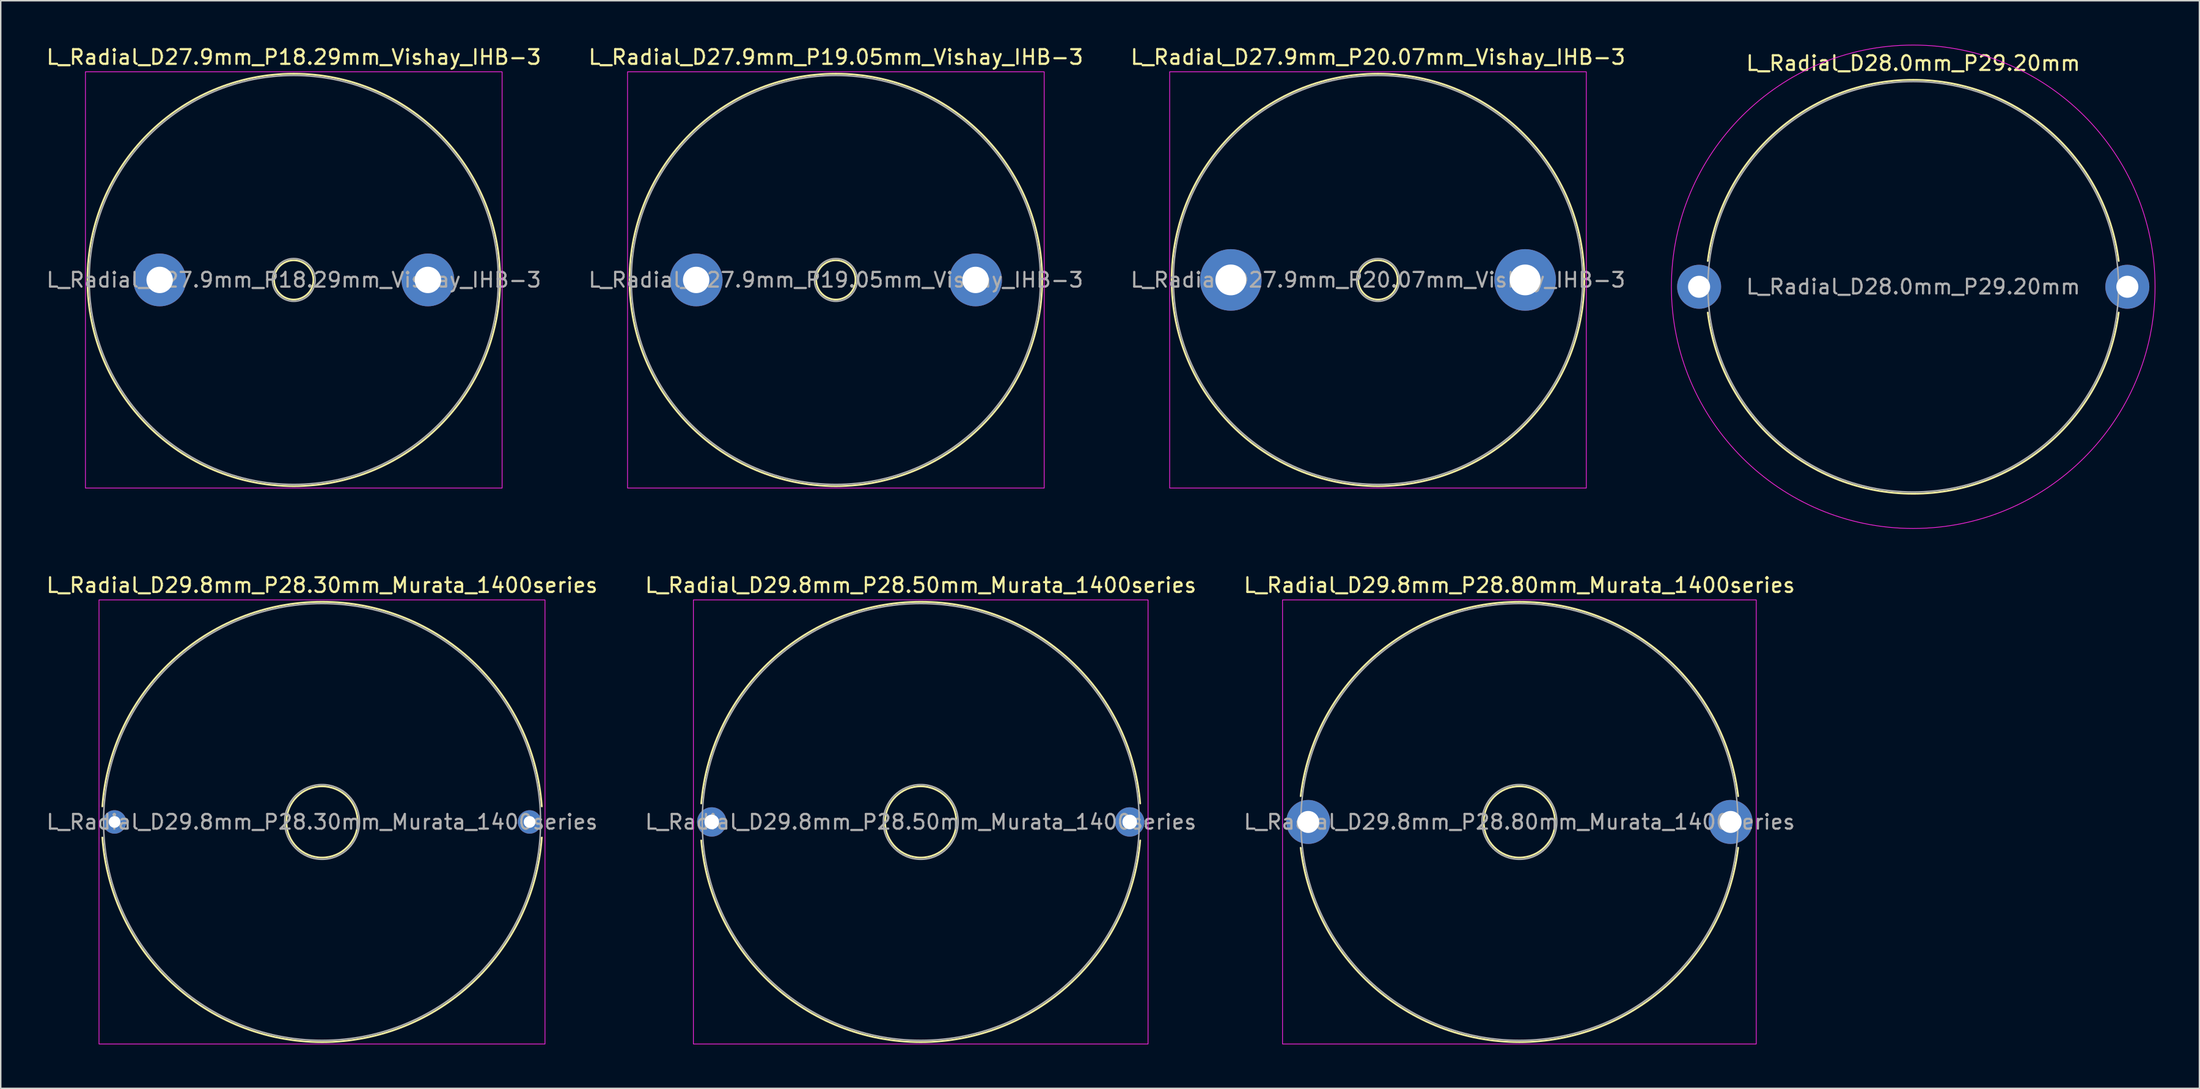
<source format=kicad_pcb>
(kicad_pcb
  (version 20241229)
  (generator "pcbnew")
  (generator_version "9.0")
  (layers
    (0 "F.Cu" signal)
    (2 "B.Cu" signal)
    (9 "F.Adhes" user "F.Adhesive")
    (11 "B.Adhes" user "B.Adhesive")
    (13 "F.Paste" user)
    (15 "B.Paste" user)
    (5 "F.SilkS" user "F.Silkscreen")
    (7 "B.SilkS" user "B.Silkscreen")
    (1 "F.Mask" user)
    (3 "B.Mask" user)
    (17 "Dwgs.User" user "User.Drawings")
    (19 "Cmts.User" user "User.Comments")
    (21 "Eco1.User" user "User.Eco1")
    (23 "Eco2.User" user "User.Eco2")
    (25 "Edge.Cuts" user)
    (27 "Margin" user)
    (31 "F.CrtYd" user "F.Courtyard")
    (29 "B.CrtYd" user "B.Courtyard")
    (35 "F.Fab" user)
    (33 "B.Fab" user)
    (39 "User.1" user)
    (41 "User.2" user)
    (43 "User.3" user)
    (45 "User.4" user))
  (footprint "L_Radial_D27.9mm_P19.05mm_Vishay_IHB-3"
    (layer "F.Cu")
    (at 44.421 16.048)
    (property "Reference" "L_Radial_D27.9mm_P19.05mm_Vishay_IHB-3" (at 9.525 -15.2 0) (layer "F.SilkS") (effects (font (size 1 1) (thickness 0.15))))
    (attr through_hole)
    (fp_circle (center 9.525 0) (end 10.865 0) (stroke (width 0.12) (type solid)) (fill no) (layer "F.SilkS"))
    (fp_circle (center 9.525 0) (end 23.595 0) (stroke (width 0.12) (type solid)) (fill no) (layer "F.SilkS"))
    (fp_rect (start -4.68 -14.2) (end 23.73 14.2) (stroke (width 0.05) (type solid)) (fill no) (layer "F.CrtYd"))
    (fp_circle (center 9.525 0) (end 10.985 0) (stroke (width 0.1) (type solid)) (fill no) (layer "F.Fab"))
    (fp_circle (center 9.525 0) (end 23.475 0) (stroke (width 0.1) (type solid)) (fill no) (layer "F.Fab"))
    (fp_text user "${REFERENCE}" (at 9.525 0 0) (layer "F.Fab") (effects (font (size 1 1) (thickness 0.15))))
    (pad "1" thru_hole circle (at 0 0) (size 3.6 3.6) (drill 1.8) (layers "*.Cu" "*.Mask"))
    (pad "2" thru_hole circle (at 19.05 0) (size 3.6 3.6) (drill 1.8) (layers "*.Cu" "*.Mask")))
  (footprint "L_Radial_D27.9mm_P20.07mm_Vishay_IHB-3"
    (layer "F.Cu")
    (at 80.876 16.048)
    (property "Reference" "L_Radial_D27.9mm_P20.07mm_Vishay_IHB-3" (at 10.035 -15.2 0) (layer "F.SilkS") (effects (font (size 1 1) (thickness 0.15))))
    (attr through_hole)
    (fp_circle (center 10.035 0) (end 11.375 0) (stroke (width 0.12) (type solid)) (fill no) (layer "F.SilkS"))
    (fp_circle (center 10.035 0) (end 24.105 0) (stroke (width 0.12) (type solid)) (fill no) (layer "F.SilkS"))
    (fp_rect (start -4.17 -14.2) (end 24.24 14.2) (stroke (width 0.05) (type solid)) (fill no) (layer "F.CrtYd"))
    (fp_circle (center 10.035 0) (end 11.495 0) (stroke (width 0.1) (type solid)) (fill no) (layer "F.Fab"))
    (fp_circle (center 10.035 0) (end 23.985 0) (stroke (width 0.1) (type solid)) (fill no) (layer "F.Fab"))
    (fp_text user "${REFERENCE}" (at 10.035 0 0) (layer "F.Fab") (effects (font (size 1 1) (thickness 0.15))))
    (pad "1" thru_hole circle (at 0 0) (size 4.2 4.2) (drill 2.1) (layers "*.Cu" "*.Mask"))
    (pad "2" thru_hole circle (at 20.07 0) (size 4.2 4.2) (drill 2.1) (layers "*.Cu" "*.Mask")))
  (footprint "L_Radial_D28.0mm_P29.20mm"
    (layer "F.Cu")
    (at 112.808 16.515)
    (property "Reference" "L_Radial_D28.0mm_P29.20mm" (at 14.6 -15.25 0) (layer "F.SilkS") (effects (font (size 1 1) (thickness 0.15))))
    (attr through_hole)
    (fp_arc (start 0.590118 -1.76) (mid 14.6 -14.12) (end 28.609882 -1.76) (stroke (width 0.12) (type solid)) (layer "F.SilkS"))
    (fp_arc (start 28.609882 1.76) (mid 14.6 14.12) (end 0.590118 1.76) (stroke (width 0.12) (type solid)) (layer "F.SilkS"))
    (fp_circle (center 14.6 0) (end 31.09 0) (stroke (width 0.05) (type solid)) (fill no) (layer "F.CrtYd"))
    (fp_circle (center 14.6 0) (end 28.6 0) (stroke (width 0.1) (type solid)) (fill no) (layer "F.Fab"))
    (fp_text user "${REFERENCE}" (at 14.6 0 0) (layer "F.Fab") (effects (font (size 1 1) (thickness 0.15))))
    (pad "1" thru_hole circle (at 0 0) (size 3 3) (drill 1.5) (layers "*.Cu" "*.Mask"))
    (pad "2" thru_hole circle (at 29.2 0) (size 3 3) (drill 1.5) (layers "*.Cu" "*.Mask")))
  (footprint "L_Radial_D29.8mm_P28.80mm_Murata_1400series"
    (layer "F.Cu")
    (at 86.154 53.028)
    (property "Reference" "L_Radial_D29.8mm_P28.80mm_Murata_1400series" (at 14.4 -16.15 0) (layer "F.SilkS") (effects (font (size 1 1) (thickness 0.15))))
    (attr through_hole)
    (fp_arc (start -0.516528 -1.76) (mid 14.4 -15.02) (end 29.316528 -1.76) (stroke (width 0.12) (type solid)) (layer "F.SilkS"))
    (fp_arc (start 29.316528 1.76) (mid 14.4 15.02) (end -0.516528 1.76) (stroke (width 0.12) (type solid)) (layer "F.SilkS"))
    (fp_circle (center 14.4 0) (end 16.83 0) (stroke (width 0.12) (type solid)) (fill no) (layer "F.SilkS"))
    (fp_rect (start -1.75 -15.15) (end 30.55 15.15) (stroke (width 0.05) (type solid)) (fill no) (layer "F.CrtYd"))
    (fp_circle (center 14.4 0) (end 16.95 0) (stroke (width 0.1) (type solid)) (fill no) (layer "F.Fab"))
    (fp_circle (center 14.4 0) (end 29.3 0) (stroke (width 0.1) (type solid)) (fill no) (layer "F.Fab"))
    (fp_text user "${REFERENCE}" (at 14.4 0 0) (layer "F.Fab") (effects (font (size 1 1) (thickness 0.15))))
    (pad "1" thru_hole circle (at 0 0) (size 3 3) (drill 1.5) (layers "*.Cu" "*.Mask"))
    (pad "2" thru_hole circle (at 28.8 0) (size 3 3) (drill 1.5) (layers "*.Cu" "*.Mask")))
  (footprint "L_Radial_D29.8mm_P28.30mm_Murata_1400series"
    (layer "F.Cu")
    (at 4.761 53.028)
    (property "Reference" "L_Radial_D29.8mm_P28.30mm_Murata_1400series" (at 14.15 -16.15 0) (layer "F.SilkS") (effects (font (size 1 1) (thickness 0.15))))
    (attr through_hole)
    (fp_arc (start -0.83255 -1.06) (mid 14.15 -15.02) (end 29.13255 -1.06) (stroke (width 0.12) (type solid)) (layer "F.SilkS"))
    (fp_arc (start 29.13255 1.06) (mid 14.15 15.02) (end -0.83255 1.06) (stroke (width 0.12) (type solid)) (layer "F.SilkS"))
    (fp_circle (center 14.15 0) (end 16.58 0) (stroke (width 0.12) (type solid)) (fill no) (layer "F.SilkS"))
    (fp_rect (start -1.06 -15.15) (end 29.35 15.15) (stroke (width 0.05) (type solid)) (fill no) (layer "F.CrtYd"))
    (fp_circle (center 14.15 0) (end 16.7 0) (stroke (width 0.1) (type solid)) (fill no) (layer "F.Fab"))
    (fp_circle (center 14.15 0) (end 29.05 0) (stroke (width 0.1) (type solid)) (fill no) (layer "F.Fab"))
    (fp_text user "${REFERENCE}" (at 14.15 0 0) (layer "F.Fab") (effects (font (size 1 1) (thickness 0.15))))
    (pad "1" thru_hole circle (at 0 0) (size 1.6 1.6) (drill 0.8) (layers "*.Cu" "*.Mask"))
    (pad "2" thru_hole circle (at 28.3 0) (size 1.6 1.6) (drill 0.8) (layers "*.Cu" "*.Mask")))
  (footprint "L_Radial_D29.8mm_P28.50mm_Murata_1400series"
    (layer "F.Cu")
    (at 45.482 53.028)
    (property "Reference" "L_Radial_D29.8mm_P28.50mm_Murata_1400series" (at 14.25 -16.15 0) (layer "F.SilkS") (effects (font (size 1 1) (thickness 0.15))))
    (attr through_hole)
    (fp_arc (start -0.717057 -1.26) (mid 14.25 -15.02) (end 29.217057 -1.26) (stroke (width 0.12) (type solid)) (layer "F.SilkS"))
    (fp_arc (start 29.217057 1.26) (mid 14.25 15.02) (end -0.717057 1.26) (stroke (width 0.12) (type solid)) (layer "F.SilkS"))
    (fp_circle (center 14.25 0) (end 16.68 0) (stroke (width 0.12) (type solid)) (fill no) (layer "F.SilkS"))
    (fp_rect (start -1.25 -15.15) (end 29.75 15.15) (stroke (width 0.05) (type solid)) (fill no) (layer "F.CrtYd"))
    (fp_circle (center 14.25 0) (end 16.8 0) (stroke (width 0.1) (type solid)) (fill no) (layer "F.Fab"))
    (fp_circle (center 14.25 0) (end 29.15 0) (stroke (width 0.1) (type solid)) (fill no) (layer "F.Fab"))
    (fp_text user "${REFERENCE}" (at 14.25 0 0) (layer "F.Fab") (effects (font (size 1 1) (thickness 0.15))))
    (pad "1" thru_hole circle (at 0 0) (size 2 2) (drill 1) (layers "*.Cu" "*.Mask"))
    (pad "2" thru_hole circle (at 28.5 0) (size 2 2) (drill 1) (layers "*.Cu" "*.Mask")))
  (footprint "L_Radial_D27.9mm_P18.29mm_Vishay_IHB-3"
    (layer "F.Cu")
    (at 7.837 16.048)
    (property "Reference" "L_Radial_D27.9mm_P18.29mm_Vishay_IHB-3" (at 9.145 -15.2 0) (layer "F.SilkS") (effects (font (size 1 1) (thickness 0.15))))
    (attr through_hole)
    (fp_circle (center 9.145 0) (end 10.485 0) (stroke (width 0.12) (type solid)) (fill no) (layer "F.SilkS"))
    (fp_circle (center 9.145 0) (end 23.215 0) (stroke (width 0.12) (type solid)) (fill no) (layer "F.SilkS"))
    (fp_rect (start -5.06 -14.2) (end 23.35 14.2) (stroke (width 0.05) (type solid)) (fill no) (layer "F.CrtYd"))
    (fp_circle (center 9.145 0) (end 10.605 0) (stroke (width 0.1) (type solid)) (fill no) (layer "F.Fab"))
    (fp_circle (center 9.145 0) (end 23.095 0) (stroke (width 0.1) (type solid)) (fill no) (layer "F.Fab"))
    (fp_text user "${REFERENCE}" (at 9.145 0 0) (layer "F.Fab") (effects (font (size 1 1) (thickness 0.15))))
    (pad "1" thru_hole circle (at 0 0) (size 3.6 3.6) (drill 1.8) (layers "*.Cu" "*.Mask"))
    (pad "2" thru_hole circle (at 18.29 0) (size 3.6 3.6) (drill 1.8) (layers "*.Cu" "*.Mask")))
  (gr_rect
    (start -3 -3)
    (end 146.923 71.203)
    (stroke (width 0.1) (type default))
    (fill no)
    (layer "Edge.Cuts")))
</source>
